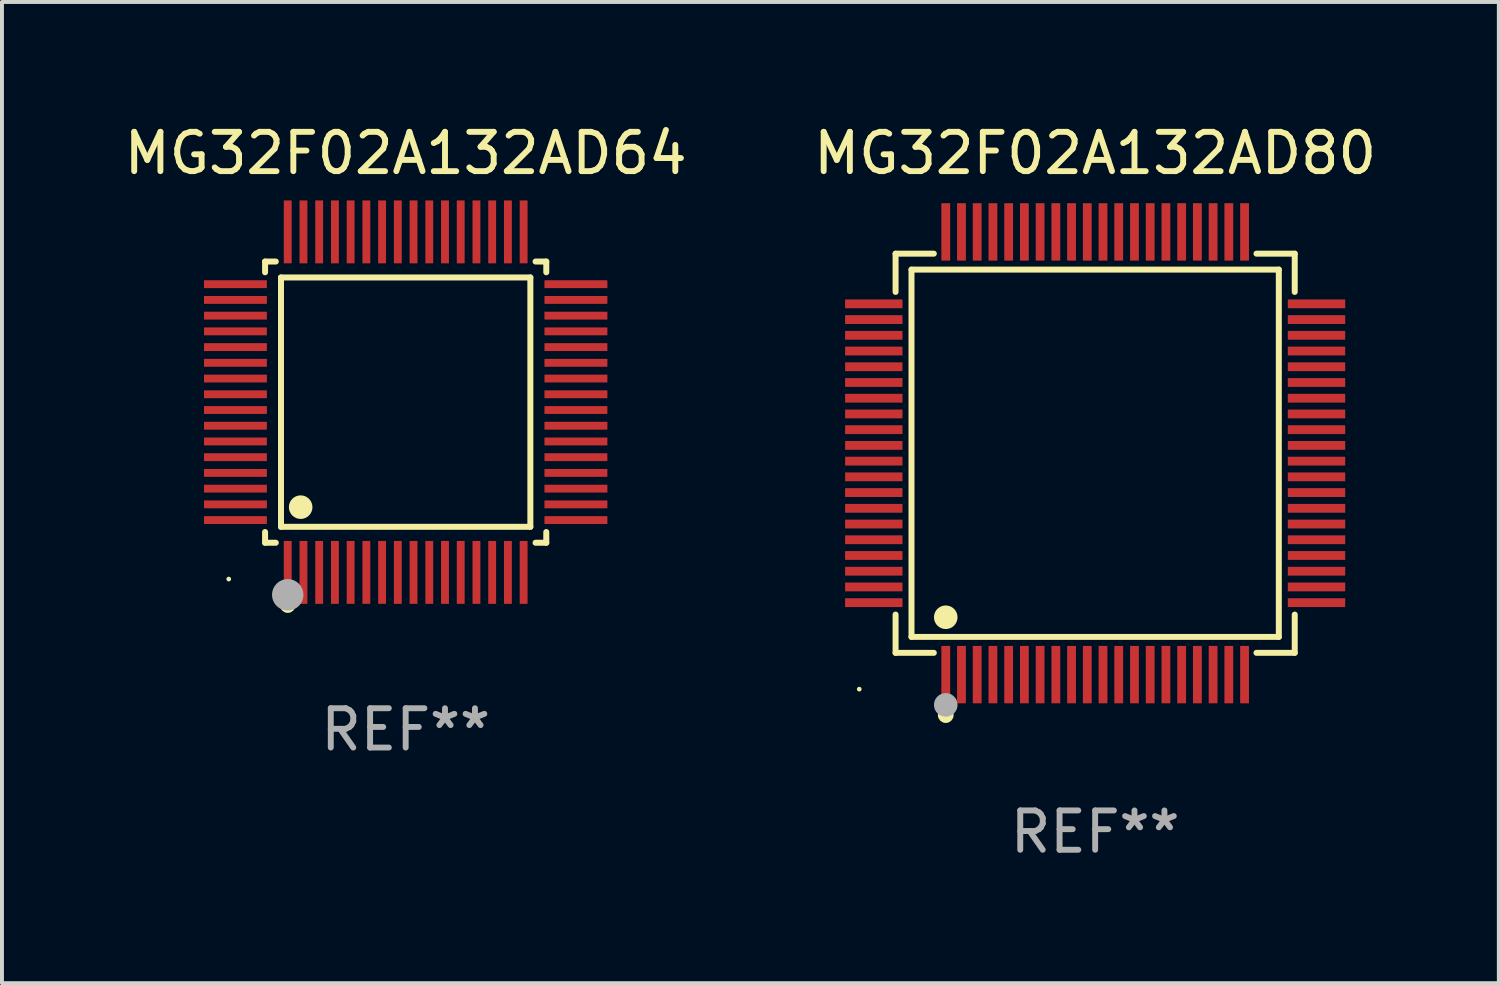
<source format=kicad_pcb>
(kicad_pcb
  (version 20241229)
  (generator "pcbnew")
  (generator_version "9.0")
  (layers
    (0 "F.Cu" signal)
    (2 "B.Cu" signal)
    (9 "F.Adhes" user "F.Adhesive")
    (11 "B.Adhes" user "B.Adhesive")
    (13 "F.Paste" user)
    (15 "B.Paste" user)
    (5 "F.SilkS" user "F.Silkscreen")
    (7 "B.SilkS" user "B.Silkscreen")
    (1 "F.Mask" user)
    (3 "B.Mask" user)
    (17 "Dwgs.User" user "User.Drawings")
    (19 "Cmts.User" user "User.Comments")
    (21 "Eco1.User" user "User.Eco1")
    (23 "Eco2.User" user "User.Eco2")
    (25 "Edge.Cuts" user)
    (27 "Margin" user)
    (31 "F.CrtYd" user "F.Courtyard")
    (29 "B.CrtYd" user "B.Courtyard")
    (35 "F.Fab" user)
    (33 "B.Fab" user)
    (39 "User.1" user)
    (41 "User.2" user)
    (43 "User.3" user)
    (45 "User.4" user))
  (footprint "MG32F02A132AD64"
    (layer "F.Cu")
    (at 7.268 7.178)
    (property "Reference" "MG32F02A132AD64" (at 0 -6.33 0) (layer "F.SilkS") (effects (font (size 1 1) (thickness 0.15))))
    (attr through_hole)
    (fp_line (start -3.576 -3.576) (end -3.303 -3.576) (stroke (width 0.152) (type solid)) (layer "F.SilkS"))
    (fp_line (start -3.576 -3.303) (end -3.576 -3.576) (stroke (width 0.152) (type solid)) (layer "F.SilkS"))
    (fp_line (start -3.576 3.303) (end -3.576 3.576) (stroke (width 0.152) (type solid)) (layer "F.SilkS"))
    (fp_line (start -3.576 3.576) (end -3.303 3.576) (stroke (width 0.152) (type solid)) (layer "F.SilkS"))
    (fp_line (start -3.171 -3.171) (end 3.171 -3.171) (stroke (width 0.152) (type solid)) (layer "F.SilkS"))
    (fp_line (start -3.171 3.171) (end -3.171 -3.171) (stroke (width 0.152) (type solid)) (layer "F.SilkS"))
    (fp_line (start 3.171 -3.171) (end 3.171 3.171) (stroke (width 0.152) (type solid)) (layer "F.SilkS"))
    (fp_line (start 3.171 3.171) (end -3.171 3.171) (stroke (width 0.152) (type solid)) (layer "F.SilkS"))
    (fp_line (start 3.576 -3.576) (end 3.303 -3.576) (stroke (width 0.152) (type solid)) (layer "F.SilkS"))
    (fp_line (start 3.576 -3.303) (end 3.576 -3.576) (stroke (width 0.152) (type solid)) (layer "F.SilkS"))
    (fp_line (start 3.576 3.303) (end 3.576 3.576) (stroke (width 0.152) (type solid)) (layer "F.SilkS"))
    (fp_line (start 3.576 3.576) (end 3.303 3.576) (stroke (width 0.152) (type solid)) (layer "F.SilkS"))
    (fp_circle (center -4.5 4.5) (end -4.47 4.5) (stroke (width 0.06) (type solid)) (fill no) (layer "F.SilkS"))
    (fp_circle (center -3 5.16) (end -2.9 5.16) (stroke (width 0.2) (type solid)) (fill no) (layer "F.SilkS"))
    (fp_circle (center -2.671 2.671) (end -2.521 2.671) (stroke (width 0.3) (type solid)) (fill no) (layer "F.SilkS"))
    (fp_circle (center -3 4.9) (end -2.8 4.9) (stroke (width 0.4) (type solid)) (fill no) (layer "F.Fab"))
    (fp_text user "REF**" (at 0 8.33 0) (layer "F.Fab") (effects (font (size 1 1) (thickness 0.15))))
    (pad "1" smd rect (at -3 4.33) (size 0.2 1.6) (layers "F.Cu" "F.Mask" "F.Paste"))
    (pad "2" smd rect (at -2.6 4.33) (size 0.2 1.6) (layers "F.Cu" "F.Mask" "F.Paste"))
    (pad "3" smd rect (at -2.2 4.33) (size 0.2 1.6) (layers "F.Cu" "F.Mask" "F.Paste"))
    (pad "4" smd rect (at -1.8 4.33) (size 0.2 1.6) (layers "F.Cu" "F.Mask" "F.Paste"))
    (pad "5" smd rect (at -1.4 4.33) (size 0.2 1.6) (layers "F.Cu" "F.Mask" "F.Paste"))
    (pad "6" smd rect (at -1 4.33) (size 0.2 1.6) (layers "F.Cu" "F.Mask" "F.Paste"))
    (pad "7" smd rect (at -0.6 4.33) (size 0.2 1.6) (layers "F.Cu" "F.Mask" "F.Paste"))
    (pad "8" smd rect (at -0.2 4.33) (size 0.2 1.6) (layers "F.Cu" "F.Mask" "F.Paste"))
    (pad "9" smd rect (at 0.2 4.33) (size 0.2 1.6) (layers "F.Cu" "F.Mask" "F.Paste"))
    (pad "10" smd rect (at 0.6 4.33) (size 0.2 1.6) (layers "F.Cu" "F.Mask" "F.Paste"))
    (pad "11" smd rect (at 1 4.33) (size 0.2 1.6) (layers "F.Cu" "F.Mask" "F.Paste"))
    (pad "12" smd rect (at 1.4 4.33) (size 0.2 1.6) (layers "F.Cu" "F.Mask" "F.Paste"))
    (pad "13" smd rect (at 1.8 4.33) (size 0.2 1.6) (layers "F.Cu" "F.Mask" "F.Paste"))
    (pad "14" smd rect (at 2.2 4.33) (size 0.2 1.6) (layers "F.Cu" "F.Mask" "F.Paste"))
    (pad "15" smd rect (at 2.6 4.33) (size 0.2 1.6) (layers "F.Cu" "F.Mask" "F.Paste"))
    (pad "16" smd rect (at 3 4.33) (size 0.2 1.6) (layers "F.Cu" "F.Mask" "F.Paste"))
    (pad "17" smd rect (at 4.33 3) (size 1.6 0.2) (layers "F.Cu" "F.Mask" "F.Paste"))
    (pad "18" smd rect (at 4.33 2.6) (size 1.6 0.2) (layers "F.Cu" "F.Mask" "F.Paste"))
    (pad "19" smd rect (at 4.33 2.2) (size 1.6 0.2) (layers "F.Cu" "F.Mask" "F.Paste"))
    (pad "20" smd rect (at 4.33 1.8) (size 1.6 0.2) (layers "F.Cu" "F.Mask" "F.Paste"))
    (pad "21" smd rect (at 4.33 1.4) (size 1.6 0.2) (layers "F.Cu" "F.Mask" "F.Paste"))
    (pad "22" smd rect (at 4.33 1) (size 1.6 0.2) (layers "F.Cu" "F.Mask" "F.Paste"))
    (pad "23" smd rect (at 4.33 0.6) (size 1.6 0.2) (layers "F.Cu" "F.Mask" "F.Paste"))
    (pad "24" smd rect (at 4.33 0.2) (size 1.6 0.2) (layers "F.Cu" "F.Mask" "F.Paste"))
    (pad "25" smd rect (at 4.33 -0.2) (size 1.6 0.2) (layers "F.Cu" "F.Mask" "F.Paste"))
    (pad "26" smd rect (at 4.33 -0.6) (size 1.6 0.2) (layers "F.Cu" "F.Mask" "F.Paste"))
    (pad "27" smd rect (at 4.33 -1) (size 1.6 0.2) (layers "F.Cu" "F.Mask" "F.Paste"))
    (pad "28" smd rect (at 4.33 -1.4) (size 1.6 0.2) (layers "F.Cu" "F.Mask" "F.Paste"))
    (pad "29" smd rect (at 4.33 -1.8) (size 1.6 0.2) (layers "F.Cu" "F.Mask" "F.Paste"))
    (pad "30" smd rect (at 4.33 -2.2) (size 1.6 0.2) (layers "F.Cu" "F.Mask" "F.Paste"))
    (pad "31" smd rect (at 4.33 -2.6) (size 1.6 0.2) (layers "F.Cu" "F.Mask" "F.Paste"))
    (pad "32" smd rect (at 4.33 -3) (size 1.6 0.2) (layers "F.Cu" "F.Mask" "F.Paste"))
    (pad "33" smd rect (at 3 -4.33) (size 0.2 1.6) (layers "F.Cu" "F.Mask" "F.Paste"))
    (pad "34" smd rect (at 2.6 -4.33) (size 0.2 1.6) (layers "F.Cu" "F.Mask" "F.Paste"))
    (pad "35" smd rect (at 2.2 -4.33) (size 0.2 1.6) (layers "F.Cu" "F.Mask" "F.Paste"))
    (pad "36" smd rect (at 1.8 -4.33) (size 0.2 1.6) (layers "F.Cu" "F.Mask" "F.Paste"))
    (pad "37" smd rect (at 1.4 -4.33) (size 0.2 1.6) (layers "F.Cu" "F.Mask" "F.Paste"))
    (pad "38" smd rect (at 1 -4.33) (size 0.2 1.6) (layers "F.Cu" "F.Mask" "F.Paste"))
    (pad "39" smd rect (at 0.6 -4.33) (size 0.2 1.6) (layers "F.Cu" "F.Mask" "F.Paste"))
    (pad "40" smd rect (at 0.2 -4.33) (size 0.2 1.6) (layers "F.Cu" "F.Mask" "F.Paste"))
    (pad "41" smd rect (at -0.2 -4.33) (size 0.2 1.6) (layers "F.Cu" "F.Mask" "F.Paste"))
    (pad "42" smd rect (at -0.6 -4.33) (size 0.2 1.6) (layers "F.Cu" "F.Mask" "F.Paste"))
    (pad "43" smd rect (at -1 -4.33) (size 0.2 1.6) (layers "F.Cu" "F.Mask" "F.Paste"))
    (pad "44" smd rect (at -1.4 -4.33) (size 0.2 1.6) (layers "F.Cu" "F.Mask" "F.Paste"))
    (pad "45" smd rect (at -1.8 -4.33) (size 0.2 1.6) (layers "F.Cu" "F.Mask" "F.Paste"))
    (pad "46" smd rect (at -2.2 -4.33) (size 0.2 1.6) (layers "F.Cu" "F.Mask" "F.Paste"))
    (pad "47" smd rect (at -2.6 -4.33) (size 0.2 1.6) (layers "F.Cu" "F.Mask" "F.Paste"))
    (pad "48" smd rect (at -3 -4.33) (size 0.2 1.6) (layers "F.Cu" "F.Mask" "F.Paste"))
    (pad "49" smd rect (at -4.33 -3) (size 1.6 0.2) (layers "F.Cu" "F.Mask" "F.Paste"))
    (pad "50" smd rect (at -4.33 -2.6) (size 1.6 0.2) (layers "F.Cu" "F.Mask" "F.Paste"))
    (pad "51" smd rect (at -4.33 -2.2) (size 1.6 0.2) (layers "F.Cu" "F.Mask" "F.Paste"))
    (pad "52" smd rect (at -4.33 -1.8) (size 1.6 0.2) (layers "F.Cu" "F.Mask" "F.Paste"))
    (pad "53" smd rect (at -4.33 -1.4) (size 1.6 0.2) (layers "F.Cu" "F.Mask" "F.Paste"))
    (pad "54" smd rect (at -4.33 -1) (size 1.6 0.2) (layers "F.Cu" "F.Mask" "F.Paste"))
    (pad "55" smd rect (at -4.33 -0.6) (size 1.6 0.2) (layers "F.Cu" "F.Mask" "F.Paste"))
    (pad "56" smd rect (at -4.33 -0.2) (size 1.6 0.2) (layers "F.Cu" "F.Mask" "F.Paste"))
    (pad "57" smd rect (at -4.33 0.2) (size 1.6 0.2) (layers "F.Cu" "F.Mask" "F.Paste"))
    (pad "58" smd rect (at -4.33 0.6) (size 1.6 0.2) (layers "F.Cu" "F.Mask" "F.Paste"))
    (pad "59" smd rect (at -4.33 1) (size 1.6 0.2) (layers "F.Cu" "F.Mask" "F.Paste"))
    (pad "60" smd rect (at -4.33 1.4) (size 1.6 0.2) (layers "F.Cu" "F.Mask" "F.Paste"))
    (pad "61" smd rect (at -4.33 1.8) (size 1.6 0.2) (layers "F.Cu" "F.Mask" "F.Paste"))
    (pad "62" smd rect (at -4.33 2.2) (size 1.6 0.2) (layers "F.Cu" "F.Mask" "F.Paste"))
    (pad "63" smd rect (at -4.33 2.6) (size 1.6 0.2) (layers "F.Cu" "F.Mask" "F.Paste"))
    (pad "64" smd rect (at -4.33 3) (size 1.6 0.2) (layers "F.Cu" "F.Mask" "F.Paste")))
  (footprint "MG32F02A132AD80"
    (layer "F.Cu")
    (at 24.804 8.478)
    (property "Reference" "MG32F02A132AD80" (at 0 -7.63 0) (layer "F.SilkS") (effects (font (size 1 1) (thickness 0.15))))
    (attr through_hole)
    (fp_line (start -5.076 -5.076) (end -4.103 -5.076) (stroke (width 0.152) (type solid)) (layer "F.SilkS"))
    (fp_line (start -5.076 -4.103) (end -5.076 -5.076) (stroke (width 0.152) (type solid)) (layer "F.SilkS"))
    (fp_line (start -5.076 4.103) (end -5.076 5.076) (stroke (width 0.152) (type solid)) (layer "F.SilkS"))
    (fp_line (start -5.076 5.076) (end -4.103 5.076) (stroke (width 0.152) (type solid)) (layer "F.SilkS"))
    (fp_line (start -4.671 -4.671) (end 4.671 -4.671) (stroke (width 0.152) (type solid)) (layer "F.SilkS"))
    (fp_line (start -4.671 4.671) (end -4.671 -4.671) (stroke (width 0.152) (type solid)) (layer "F.SilkS"))
    (fp_line (start 4.671 -4.671) (end 4.671 4.671) (stroke (width 0.152) (type solid)) (layer "F.SilkS"))
    (fp_line (start 4.671 4.671) (end -4.671 4.671) (stroke (width 0.152) (type solid)) (layer "F.SilkS"))
    (fp_line (start 5.076 -5.076) (end 4.103 -5.076) (stroke (width 0.152) (type solid)) (layer "F.SilkS"))
    (fp_line (start 5.076 -4.103) (end 5.076 -5.076) (stroke (width 0.152) (type solid)) (layer "F.SilkS"))
    (fp_line (start 5.076 4.103) (end 5.076 5.076) (stroke (width 0.152) (type solid)) (layer "F.SilkS"))
    (fp_line (start 5.076 5.076) (end 4.103 5.076) (stroke (width 0.152) (type solid)) (layer "F.SilkS"))
    (fp_circle (center -6 6) (end -5.97 6) (stroke (width 0.06) (type solid)) (fill no) (layer "F.SilkS"))
    (fp_circle (center -3.8 4.171) (end -3.65 4.171) (stroke (width 0.3) (type solid)) (fill no) (layer "F.SilkS"))
    (fp_circle (center -3.8 6.66) (end -3.7 6.66) (stroke (width 0.2) (type solid)) (fill no) (layer "F.SilkS"))
    (fp_circle (center -3.8 6.4) (end -3.65 6.4) (stroke (width 0.3) (type solid)) (fill no) (layer "F.Fab"))
    (fp_text user "REF**" (at 0 9.63 0) (layer "F.Fab") (effects (font (size 1 1) (thickness 0.15))))
    (pad "1" smd rect (at -3.8 5.63) (size 0.224 1.46) (layers "F.Cu" "F.Mask" "F.Paste"))
    (pad "2" smd rect (at -3.4 5.63) (size 0.224 1.46) (layers "F.Cu" "F.Mask" "F.Paste"))
    (pad "3" smd rect (at -3 5.63) (size 0.224 1.46) (layers "F.Cu" "F.Mask" "F.Paste"))
    (pad "4" smd rect (at -2.6 5.63) (size 0.224 1.46) (layers "F.Cu" "F.Mask" "F.Paste"))
    (pad "5" smd rect (at -2.2 5.63) (size 0.224 1.46) (layers "F.Cu" "F.Mask" "F.Paste"))
    (pad "6" smd rect (at -1.8 5.63) (size 0.224 1.46) (layers "F.Cu" "F.Mask" "F.Paste"))
    (pad "7" smd rect (at -1.4 5.63) (size 0.224 1.46) (layers "F.Cu" "F.Mask" "F.Paste"))
    (pad "8" smd rect (at -1 5.63) (size 0.224 1.46) (layers "F.Cu" "F.Mask" "F.Paste"))
    (pad "9" smd rect (at -0.6 5.63) (size 0.224 1.46) (layers "F.Cu" "F.Mask" "F.Paste"))
    (pad "10" smd rect (at -0.2 5.63) (size 0.224 1.46) (layers "F.Cu" "F.Mask" "F.Paste"))
    (pad "11" smd rect (at 0.2 5.63) (size 0.224 1.46) (layers "F.Cu" "F.Mask" "F.Paste"))
    (pad "12" smd rect (at 0.6 5.63) (size 0.224 1.46) (layers "F.Cu" "F.Mask" "F.Paste"))
    (pad "13" smd rect (at 1 5.63) (size 0.224 1.46) (layers "F.Cu" "F.Mask" "F.Paste"))
    (pad "14" smd rect (at 1.4 5.63) (size 0.224 1.46) (layers "F.Cu" "F.Mask" "F.Paste"))
    (pad "15" smd rect (at 1.8 5.63) (size 0.224 1.46) (layers "F.Cu" "F.Mask" "F.Paste"))
    (pad "16" smd rect (at 2.2 5.63) (size 0.224 1.46) (layers "F.Cu" "F.Mask" "F.Paste"))
    (pad "17" smd rect (at 2.6 5.63) (size 0.224 1.46) (layers "F.Cu" "F.Mask" "F.Paste"))
    (pad "18" smd rect (at 3 5.63) (size 0.224 1.46) (layers "F.Cu" "F.Mask" "F.Paste"))
    (pad "19" smd rect (at 3.4 5.63) (size 0.224 1.46) (layers "F.Cu" "F.Mask" "F.Paste"))
    (pad "20" smd rect (at 3.8 5.63) (size 0.224 1.46) (layers "F.Cu" "F.Mask" "F.Paste"))
    (pad "21" smd rect (at 5.63 3.8) (size 1.46 0.224) (layers "F.Cu" "F.Mask" "F.Paste"))
    (pad "22" smd rect (at 5.63 3.4) (size 1.46 0.224) (layers "F.Cu" "F.Mask" "F.Paste"))
    (pad "23" smd rect (at 5.63 3) (size 1.46 0.224) (layers "F.Cu" "F.Mask" "F.Paste"))
    (pad "24" smd rect (at 5.63 2.6) (size 1.46 0.224) (layers "F.Cu" "F.Mask" "F.Paste"))
    (pad "25" smd rect (at 5.63 2.2) (size 1.46 0.224) (layers "F.Cu" "F.Mask" "F.Paste"))
    (pad "26" smd rect (at 5.63 1.8) (size 1.46 0.224) (layers "F.Cu" "F.Mask" "F.Paste"))
    (pad "27" smd rect (at 5.63 1.4) (size 1.46 0.224) (layers "F.Cu" "F.Mask" "F.Paste"))
    (pad "28" smd rect (at 5.63 1) (size 1.46 0.224) (layers "F.Cu" "F.Mask" "F.Paste"))
    (pad "29" smd rect (at 5.63 0.6) (size 1.46 0.224) (layers "F.Cu" "F.Mask" "F.Paste"))
    (pad "30" smd rect (at 5.63 0.2) (size 1.46 0.224) (layers "F.Cu" "F.Mask" "F.Paste"))
    (pad "31" smd rect (at 5.63 -0.2) (size 1.46 0.224) (layers "F.Cu" "F.Mask" "F.Paste"))
    (pad "32" smd rect (at 5.63 -0.6) (size 1.46 0.224) (layers "F.Cu" "F.Mask" "F.Paste"))
    (pad "33" smd rect (at 5.63 -1) (size 1.46 0.224) (layers "F.Cu" "F.Mask" "F.Paste"))
    (pad "34" smd rect (at 5.63 -1.4) (size 1.46 0.224) (layers "F.Cu" "F.Mask" "F.Paste"))
    (pad "35" smd rect (at 5.63 -1.8) (size 1.46 0.224) (layers "F.Cu" "F.Mask" "F.Paste"))
    (pad "36" smd rect (at 5.63 -2.2) (size 1.46 0.224) (layers "F.Cu" "F.Mask" "F.Paste"))
    (pad "37" smd rect (at 5.63 -2.6) (size 1.46 0.224) (layers "F.Cu" "F.Mask" "F.Paste"))
    (pad "38" smd rect (at 5.63 -3) (size 1.46 0.224) (layers "F.Cu" "F.Mask" "F.Paste"))
    (pad "39" smd rect (at 5.63 -3.4) (size 1.46 0.224) (layers "F.Cu" "F.Mask" "F.Paste"))
    (pad "40" smd rect (at 5.63 -3.8) (size 1.46 0.224) (layers "F.Cu" "F.Mask" "F.Paste"))
    (pad "41" smd rect (at 3.8 -5.63) (size 0.224 1.46) (layers "F.Cu" "F.Mask" "F.Paste"))
    (pad "42" smd rect (at 3.4 -5.63) (size 0.224 1.46) (layers "F.Cu" "F.Mask" "F.Paste"))
    (pad "43" smd rect (at 3 -5.63) (size 0.224 1.46) (layers "F.Cu" "F.Mask" "F.Paste"))
    (pad "44" smd rect (at 2.6 -5.63) (size 0.224 1.46) (layers "F.Cu" "F.Mask" "F.Paste"))
    (pad "45" smd rect (at 2.2 -5.63) (size 0.224 1.46) (layers "F.Cu" "F.Mask" "F.Paste"))
    (pad "46" smd rect (at 1.8 -5.63) (size 0.224 1.46) (layers "F.Cu" "F.Mask" "F.Paste"))
    (pad "47" smd rect (at 1.4 -5.63) (size 0.224 1.46) (layers "F.Cu" "F.Mask" "F.Paste"))
    (pad "48" smd rect (at 1 -5.63) (size 0.224 1.46) (layers "F.Cu" "F.Mask" "F.Paste"))
    (pad "49" smd rect (at 0.6 -5.63) (size 0.224 1.46) (layers "F.Cu" "F.Mask" "F.Paste"))
    (pad "50" smd rect (at 0.2 -5.63) (size 0.224 1.46) (layers "F.Cu" "F.Mask" "F.Paste"))
    (pad "51" smd rect (at -0.2 -5.63) (size 0.224 1.46) (layers "F.Cu" "F.Mask" "F.Paste"))
    (pad "52" smd rect (at -0.6 -5.63) (size 0.224 1.46) (layers "F.Cu" "F.Mask" "F.Paste"))
    (pad "53" smd rect (at -1 -5.63) (size 0.224 1.46) (layers "F.Cu" "F.Mask" "F.Paste"))
    (pad "54" smd rect (at -1.4 -5.63) (size 0.224 1.46) (layers "F.Cu" "F.Mask" "F.Paste"))
    (pad "55" smd rect (at -1.8 -5.63) (size 0.224 1.46) (layers "F.Cu" "F.Mask" "F.Paste"))
    (pad "56" smd rect (at -2.2 -5.63) (size 0.224 1.46) (layers "F.Cu" "F.Mask" "F.Paste"))
    (pad "57" smd rect (at -2.6 -5.63) (size 0.224 1.46) (layers "F.Cu" "F.Mask" "F.Paste"))
    (pad "58" smd rect (at -3 -5.63) (size 0.224 1.46) (layers "F.Cu" "F.Mask" "F.Paste"))
    (pad "59" smd rect (at -3.4 -5.63) (size 0.224 1.46) (layers "F.Cu" "F.Mask" "F.Paste"))
    (pad "60" smd rect (at -3.8 -5.63) (size 0.224 1.46) (layers "F.Cu" "F.Mask" "F.Paste"))
    (pad "61" smd rect (at -5.63 -3.8) (size 1.46 0.224) (layers "F.Cu" "F.Mask" "F.Paste"))
    (pad "62" smd rect (at -5.63 -3.4) (size 1.46 0.224) (layers "F.Cu" "F.Mask" "F.Paste"))
    (pad "63" smd rect (at -5.63 -3) (size 1.46 0.224) (layers "F.Cu" "F.Mask" "F.Paste"))
    (pad "64" smd rect (at -5.63 -2.6) (size 1.46 0.224) (layers "F.Cu" "F.Mask" "F.Paste"))
    (pad "65" smd rect (at -5.63 -2.2) (size 1.46 0.224) (layers "F.Cu" "F.Mask" "F.Paste"))
    (pad "66" smd rect (at -5.63 -1.8) (size 1.46 0.224) (layers "F.Cu" "F.Mask" "F.Paste"))
    (pad "67" smd rect (at -5.63 -1.4) (size 1.46 0.224) (layers "F.Cu" "F.Mask" "F.Paste"))
    (pad "68" smd rect (at -5.63 -1) (size 1.46 0.224) (layers "F.Cu" "F.Mask" "F.Paste"))
    (pad "69" smd rect (at -5.63 -0.6) (size 1.46 0.224) (layers "F.Cu" "F.Mask" "F.Paste"))
    (pad "70" smd rect (at -5.63 -0.2) (size 1.46 0.224) (layers "F.Cu" "F.Mask" "F.Paste"))
    (pad "71" smd rect (at -5.63 0.2) (size 1.46 0.224) (layers "F.Cu" "F.Mask" "F.Paste"))
    (pad "72" smd rect (at -5.63 0.6) (size 1.46 0.224) (layers "F.Cu" "F.Mask" "F.Paste"))
    (pad "73" smd rect (at -5.63 1) (size 1.46 0.224) (layers "F.Cu" "F.Mask" "F.Paste"))
    (pad "74" smd rect (at -5.63 1.4) (size 1.46 0.224) (layers "F.Cu" "F.Mask" "F.Paste"))
    (pad "75" smd rect (at -5.63 1.8) (size 1.46 0.224) (layers "F.Cu" "F.Mask" "F.Paste"))
    (pad "76" smd rect (at -5.63 2.2) (size 1.46 0.224) (layers "F.Cu" "F.Mask" "F.Paste"))
    (pad "77" smd rect (at -5.63 2.6) (size 1.46 0.224) (layers "F.Cu" "F.Mask" "F.Paste"))
    (pad "78" smd rect (at -5.63 3) (size 1.46 0.224) (layers "F.Cu" "F.Mask" "F.Paste"))
    (pad "79" smd rect (at -5.63 3.4) (size 1.46 0.224) (layers "F.Cu" "F.Mask" "F.Paste"))
    (pad "80" smd rect (at -5.63 3.8) (size 1.46 0.224) (layers "F.Cu" "F.Mask" "F.Paste")))
  (gr_rect
    (start -3 -3)
    (end 35.071 21.956)
    (stroke (width 0.1) (type default))
    (fill no)
    (layer "Edge.Cuts")))
</source>
